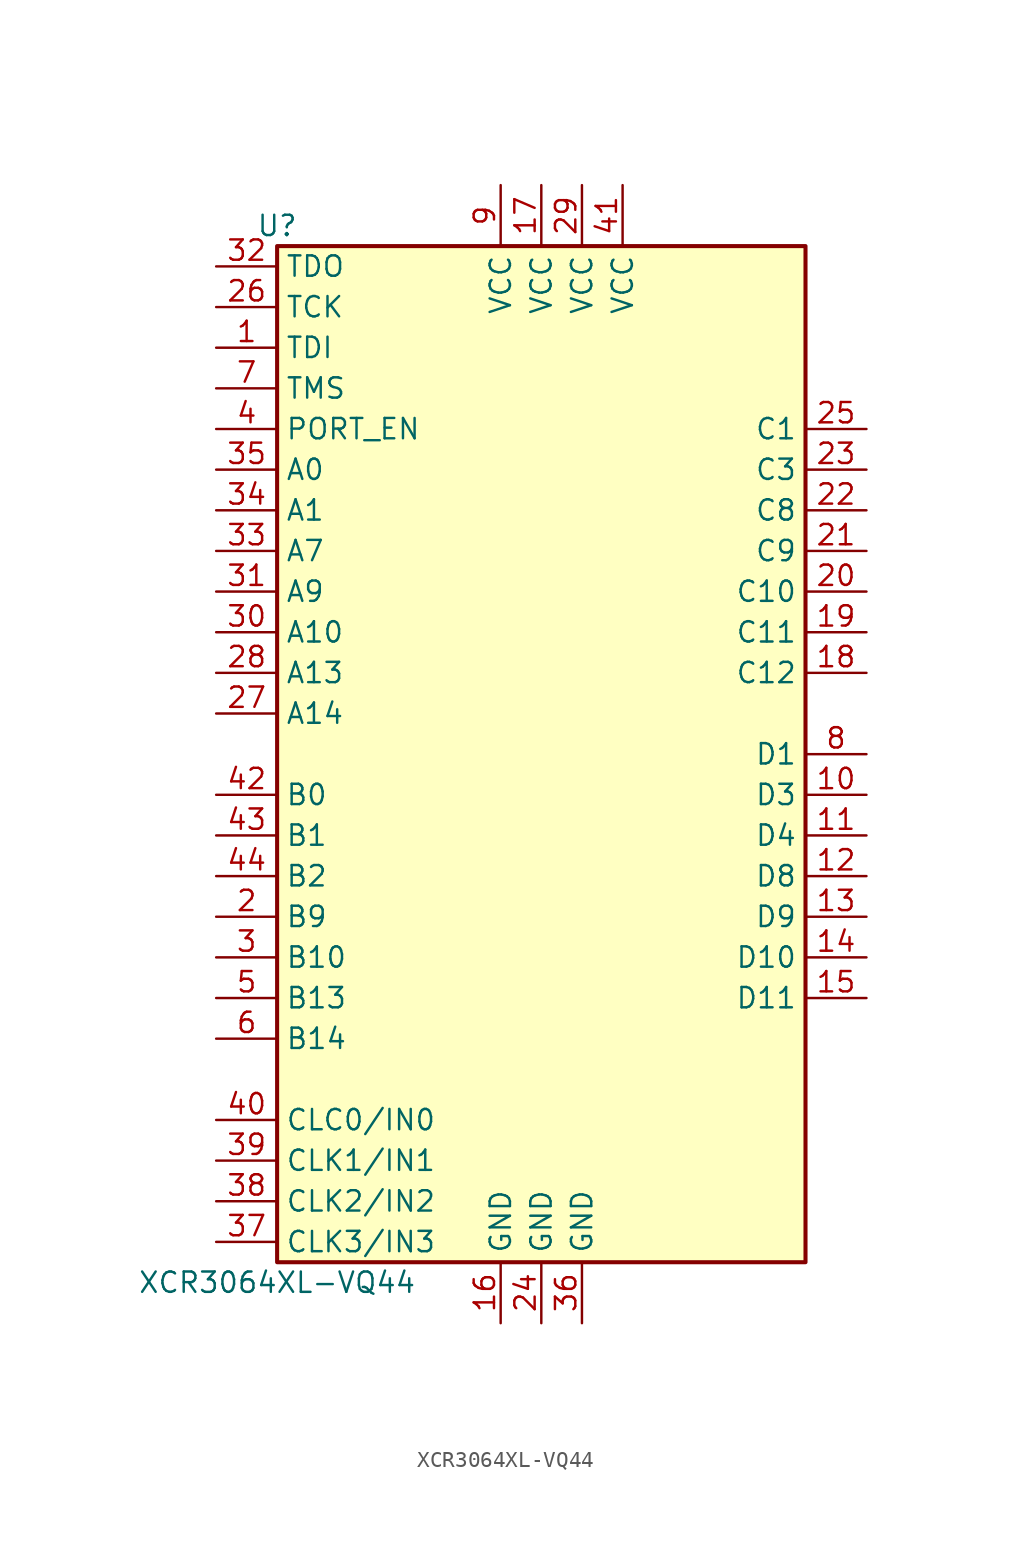
<source format=kicad_sym>
(kicad_symbol_lib
  (version 20231120)
  (generator "kicad_symbol_editor")
  (generator_version "8.0")
  (symbol "XCR3064XL-VQ44"
    (property "Reference" "U"
      (at -16.51 33.02 0)
      (effects (font (size 1.27 1.27))))
    (property "Value" "XCR3064XL-VQ44"
      (at -16.51 -33.02 0)
      (effects (font (size 1.27 1.27))))
    (symbol "XCR3064XL-VQ44_1_1"
      (rectangle (start -16.51 31.75) (end 16.51 -31.75) (stroke (width 0.254) (type default)) (fill (type background)))
      (pin passive line (at -20.32 25.4 0) (length 3.81) (name "TDI" (effects (font (size 1.27 1.27)))) (number "1" (effects (font (size 1.27 1.27)))))
      (pin passive line (at 20.32 -2.54 180) (length 3.81) (name "D3" (effects (font (size 1.27 1.27)))) (number "10" (effects (font (size 1.27 1.27)))))
      (pin passive line (at 20.32 -5.08 180) (length 3.81) (name "D4" (effects (font (size 1.27 1.27)))) (number "11" (effects (font (size 1.27 1.27)))))
      (pin passive line (at 20.32 -7.62 180) (length 3.81) (name "D8" (effects (font (size 1.27 1.27)))) (number "12" (effects (font (size 1.27 1.27)))))
      (pin passive line (at 20.32 -10.16 180) (length 3.81) (name "D9" (effects (font (size 1.27 1.27)))) (number "13" (effects (font (size 1.27 1.27)))))
      (pin passive line (at 20.32 -12.7 180) (length 3.81) (name "D10" (effects (font (size 1.27 1.27)))) (number "14" (effects (font (size 1.27 1.27)))))
      (pin passive line (at 20.32 -15.24 180) (length 3.81) (name "D11" (effects (font (size 1.27 1.27)))) (number "15" (effects (font (size 1.27 1.27)))))
      (pin power_in line (at -2.54 -35.56 90) (length 3.81) (name "GND" (effects (font (size 1.27 1.27)))) (number "16" (effects (font (size 1.27 1.27)))))
      (pin power_in line (at 0 35.56 270) (length 3.81) (name "VCC" (effects (font (size 1.27 1.27)))) (number "17" (effects (font (size 1.27 1.27)))))
      (pin passive line (at 20.32 5.08 180) (length 3.81) (name "C12" (effects (font (size 1.27 1.27)))) (number "18" (effects (font (size 1.27 1.27)))))
      (pin passive line (at 20.32 7.62 180) (length 3.81) (name "C11" (effects (font (size 1.27 1.27)))) (number "19" (effects (font (size 1.27 1.27)))))
      (pin passive line (at -20.32 -10.16 0) (length 3.81) (name "B9" (effects (font (size 1.27 1.27)))) (number "2" (effects (font (size 1.27 1.27)))))
      (pin passive line (at 20.32 10.16 180) (length 3.81) (name "C10" (effects (font (size 1.27 1.27)))) (number "20" (effects (font (size 1.27 1.27)))))
      (pin passive line (at 20.32 12.7 180) (length 3.81) (name "C9" (effects (font (size 1.27 1.27)))) (number "21" (effects (font (size 1.27 1.27)))))
      (pin passive line (at 20.32 15.24 180) (length 3.81) (name "C8" (effects (font (size 1.27 1.27)))) (number "22" (effects (font (size 1.27 1.27)))))
      (pin passive line (at 20.32 17.78 180) (length 3.81) (name "C3" (effects (font (size 1.27 1.27)))) (number "23" (effects (font (size 1.27 1.27)))))
      (pin power_in line (at 0 -35.56 90) (length 3.81) (name "GND" (effects (font (size 1.27 1.27)))) (number "24" (effects (font (size 1.27 1.27)))))
      (pin passive line (at 20.32 20.32 180) (length 3.81) (name "C1" (effects (font (size 1.27 1.27)))) (number "25" (effects (font (size 1.27 1.27)))))
      (pin passive line (at -20.32 27.94 0) (length 3.81) (name "TCK" (effects (font (size 1.27 1.27)))) (number "26" (effects (font (size 1.27 1.27)))))
      (pin passive line (at -20.32 2.54 0) (length 3.81) (name "A14" (effects (font (size 1.27 1.27)))) (number "27" (effects (font (size 1.27 1.27)))))
      (pin passive line (at -20.32 5.08 0) (length 3.81) (name "A13" (effects (font (size 1.27 1.27)))) (number "28" (effects (font (size 1.27 1.27)))))
      (pin power_in line (at 2.54 35.56 270) (length 3.81) (name "VCC" (effects (font (size 1.27 1.27)))) (number "29" (effects (font (size 1.27 1.27)))))
      (pin passive line (at -20.32 -12.7 0) (length 3.81) (name "B10" (effects (font (size 1.27 1.27)))) (number "3" (effects (font (size 1.27 1.27)))))
      (pin passive line (at -20.32 7.62 0) (length 3.81) (name "A10" (effects (font (size 1.27 1.27)))) (number "30" (effects (font (size 1.27 1.27)))))
      (pin passive line (at -20.32 10.16 0) (length 3.81) (name "A9" (effects (font (size 1.27 1.27)))) (number "31" (effects (font (size 1.27 1.27)))))
      (pin passive line (at -20.32 30.48 0) (length 3.81) (name "TDO" (effects (font (size 1.27 1.27)))) (number "32" (effects (font (size 1.27 1.27)))))
      (pin passive line (at -20.32 12.7 0) (length 3.81) (name "A7" (effects (font (size 1.27 1.27)))) (number "33" (effects (font (size 1.27 1.27)))))
      (pin passive line (at -20.32 15.24 0) (length 3.81) (name "A1" (effects (font (size 1.27 1.27)))) (number "34" (effects (font (size 1.27 1.27)))))
      (pin passive line (at -20.32 17.78 0) (length 3.81) (name "A0" (effects (font (size 1.27 1.27)))) (number "35" (effects (font (size 1.27 1.27)))))
      (pin power_in line (at 2.54 -35.56 90) (length 3.81) (name "GND" (effects (font (size 1.27 1.27)))) (number "36" (effects (font (size 1.27 1.27)))))
      (pin input line (at -20.32 -30.48 0) (length 3.81) (name "CLK3/IN3" (effects (font (size 1.27 1.27)))) (number "37" (effects (font (size 1.27 1.27)))))
      (pin input line (at -20.32 -27.94 0) (length 3.81) (name "CLK2/IN2" (effects (font (size 1.27 1.27)))) (number "38" (effects (font (size 1.27 1.27)))))
      (pin input line (at -20.32 -25.4 0) (length 3.81) (name "CLK1/IN1" (effects (font (size 1.27 1.27)))) (number "39" (effects (font (size 1.27 1.27)))))
      (pin passive line (at -20.32 20.32 0) (length 3.81) (name "PORT_EN" (effects (font (size 1.27 1.27)))) (number "4" (effects (font (size 1.27 1.27)))))
      (pin input line (at -20.32 -22.86 0) (length 3.81) (name "CLC0/IN0" (effects (font (size 1.27 1.27)))) (number "40" (effects (font (size 1.27 1.27)))))
      (pin power_in line (at 5.08 35.56 270) (length 3.81) (name "VCC" (effects (font (size 1.27 1.27)))) (number "41" (effects (font (size 1.27 1.27)))))
      (pin passive line (at -20.32 -2.54 0) (length 3.81) (name "B0" (effects (font (size 1.27 1.27)))) (number "42" (effects (font (size 1.27 1.27)))))
      (pin passive line (at -20.32 -5.08 0) (length 3.81) (name "B1" (effects (font (size 1.27 1.27)))) (number "43" (effects (font (size 1.27 1.27)))))
      (pin passive line (at -20.32 -7.62 0) (length 3.81) (name "B2" (effects (font (size 1.27 1.27)))) (number "44" (effects (font (size 1.27 1.27)))))
      (pin passive line (at -20.32 -15.24 0) (length 3.81) (name "B13" (effects (font (size 1.27 1.27)))) (number "5" (effects (font (size 1.27 1.27)))))
      (pin passive line (at -20.32 -17.78 0) (length 3.81) (name "B14" (effects (font (size 1.27 1.27)))) (number "6" (effects (font (size 1.27 1.27)))))
      (pin passive line (at -20.32 22.86 0) (length 3.81) (name "TMS" (effects (font (size 1.27 1.27)))) (number "7" (effects (font (size 1.27 1.27)))))
      (pin passive line (at 20.32 0 180) (length 3.81) (name "D1" (effects (font (size 1.27 1.27)))) (number "8" (effects (font (size 1.27 1.27)))))
      (pin power_in line (at -2.54 35.56 270) (length 3.81) (name "VCC" (effects (font (size 1.27 1.27)))) (number "9" (effects (font (size 1.27 1.27))))))))
</source>
